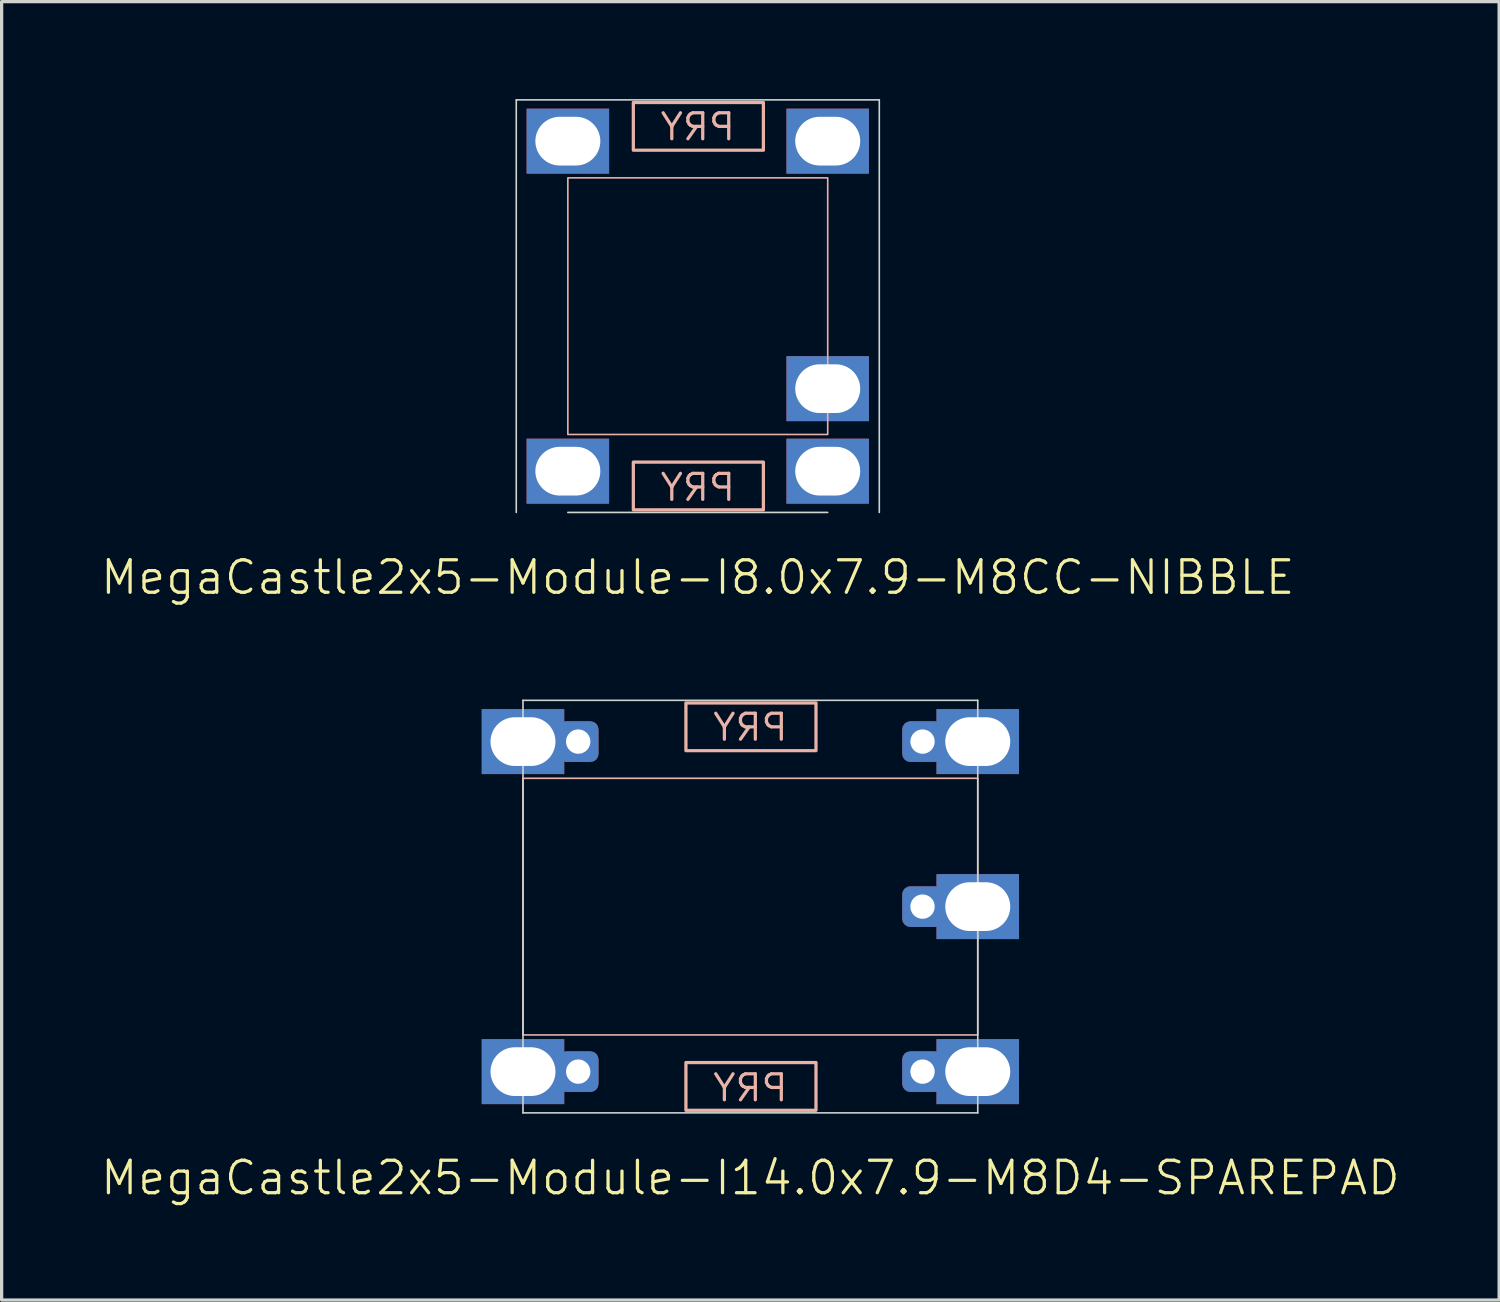
<source format=kicad_pcb>
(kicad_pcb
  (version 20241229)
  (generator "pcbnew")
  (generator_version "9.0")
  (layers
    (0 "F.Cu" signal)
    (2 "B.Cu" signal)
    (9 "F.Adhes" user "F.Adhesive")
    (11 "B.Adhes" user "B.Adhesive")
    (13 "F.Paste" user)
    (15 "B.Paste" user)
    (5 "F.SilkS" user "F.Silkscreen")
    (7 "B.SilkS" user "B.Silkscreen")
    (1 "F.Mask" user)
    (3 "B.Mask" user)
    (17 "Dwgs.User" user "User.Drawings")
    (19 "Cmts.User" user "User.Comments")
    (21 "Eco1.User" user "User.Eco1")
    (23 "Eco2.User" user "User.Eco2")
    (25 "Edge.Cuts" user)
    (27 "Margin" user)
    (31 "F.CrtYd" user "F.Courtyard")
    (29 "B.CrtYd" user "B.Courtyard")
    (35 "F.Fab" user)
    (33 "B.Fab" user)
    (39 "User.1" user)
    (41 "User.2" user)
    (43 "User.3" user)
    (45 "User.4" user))
  (footprint "MegaCastle2x5-Module-I8.0x7.9-M8CC-NIBBLE"
    (layer "F.Cu")
    (at 18.431 6.375)
    (property "Reference" "MegaCastle2x5-Module-I8.0x7.9-M8CC-NIBBLE" (at 0 8.35 0) (unlocked yes) (layer "F.SilkS") (effects (font (size 1 1) (thickness 0.1))))
    (attr smd)
    (fp_rect (start -4 3.95) (end 4 -3.95) (stroke (width 0.05) (type default)) (fill no) (layer "B.SilkS"))
    (fp_rect (start -1.984 -4.801) (end 2.02 -6.27) (stroke (width 0.1) (type default)) (fill no) (layer "B.SilkS"))
    (fp_rect (start -1.984 4.801) (end 2.02 6.27) (stroke (width 0.1) (type default)) (fill no) (layer "B.SilkS"))
    (fp_line (start -5.588 -6.35) (end -5.588 6.35) (stroke (width 0.05) (type default)) (layer "Edge.Cuts"))
    (fp_line (start -5.588 -6.35) (end 5.588 -6.35) (stroke (width 0.05) (type default)) (layer "Edge.Cuts"))
    (fp_line (start -4 6.35) (end 4 6.35) (stroke (width 0.05) (type default)) (layer "Edge.Cuts"))
    (fp_line (start 5.588 -6.35) (end 5.588 6.35) (stroke (width 0.05) (type default)) (layer "Edge.Cuts"))
    (fp_text user "PRY" (at 0 -5.05 0) (unlocked yes) (layer "B.SilkS") (effects (font (size 0.8 0.8) (thickness 0.1)) (justify bottom mirror)))
    (fp_text user "PRY" (at 0 6.05 0) (unlocked yes) (layer "B.SilkS") (effects (font (size 0.8 0.8) (thickness 0.1)) (justify bottom mirror)))
    (pad "1" thru_hole rect (at -4 -5.08) (size 2.54 2) (drill oval 2 1.5) (property pad_prop_castellated) (layers "*.Cu" "*.Mask"))
    (pad "5" thru_hole rect (at -4 5.08) (size 2.54 2) (drill oval 2 1.5) (property pad_prop_castellated) (layers "*.Cu" "*.Mask"))
    (pad "6" thru_hole rect (at 4 -5.08) (size 2.54 2) (drill oval 2 1.5) (property pad_prop_castellated) (layers "*.Cu" "*.Mask"))
    (pad "9" thru_hole rect (at 4 2.54) (size 2.54 2) (drill oval 2 1.5) (property pad_prop_castellated) (layers "*.Cu" "*.Mask"))
    (pad "10" thru_hole rect (at 4 5.08) (size 2.54 2) (drill oval 2 1.5) (property pad_prop_castellated) (layers "*.Cu" "*.Mask"))
    (zone (net_name "") (layer "B.Cu") (hatch edge 0.5) (connect_pads) (min_thickness 0.25) (filled_areas_thickness no) (keepout (tracks allowed) (vias allowed) (pads allowed) (copperpour allowed) (footprints not_allowed)) (placement (enabled no)) (fill) (polygon (pts (xy 14.431 12.725) (xy 14.431 0.025))))
    (zone (net_name "") (layer "B.Cu") (hatch edge 0.5) (connect_pads) (min_thickness 0.25) (filled_areas_thickness no) (keepout (tracks allowed) (vias allowed) (pads allowed) (copperpour allowed) (footprints not_allowed)) (placement (enabled no)) (fill) (polygon (pts (xy 22.431 12.725) (xy 22.431 0.025))))
    (zone (net_name "") (layer "B.Cu") (hatch edge 0.5) (connect_pads) (min_thickness 0.25) (filled_areas_thickness no) (keepout (tracks allowed) (vias allowed) (pads allowed) (copperpour allowed) (footprints not_allowed)) (placement (enabled no)) (fill) (polygon (pts (xy 14.431 0.025) (xy 14.431 2.425) (xy 22.431 2.425) (xy 22.431 0.025))))
    (zone (net_name "") (layer "B.Cu") (hatch edge 0.5) (connect_pads) (min_thickness 0.25) (filled_areas_thickness no) (keepout (tracks allowed) (vias allowed) (pads allowed) (copperpour allowed) (footprints not_allowed)) (placement (enabled no)) (fill) (polygon (pts (xy 14.431 12.725) (xy 14.431 10.325) (xy 22.431 10.325) (xy 22.431 12.725))))
    (zone (net_name "") (layer "B.Cu") (name "Upper Pry Zone") (hatch edge 0.5) (connect_pads) (min_thickness 0.25) (filled_areas_thickness no) (keepout (tracks not_allowed) (vias not_allowed) (pads not_allowed) (copperpour allowed) (footprints not_allowed)) (placement (enabled no)) (fill) (polygon (pts (xy 16.447 1.574) (xy 16.447 0.105) (xy 20.45 0.105) (xy 20.45 1.574))))
    (zone (net_name "") (layer "B.Cu") (name "Upper Pry Zone") (hatch edge 0.5) (connect_pads) (min_thickness 0.25) (filled_areas_thickness no) (keepout (tracks not_allowed) (vias not_allowed) (pads not_allowed) (copperpour allowed) (footprints not_allowed)) (placement (enabled no)) (fill) (polygon (pts (xy 16.447 11.176) (xy 16.447 12.645) (xy 20.45 12.645) (xy 20.45 11.176)))))
  (footprint "MegaCastle2x5-Module-I14.0x7.9-M8D4-SPAREPAD"
    (layer "F.Cu")
    (at 20.05 24.86)
    (property "Reference" "MegaCastle2x5-Module-I14.0x7.9-M8D4-SPAREPAD" (at 0 8.35 0) (unlocked yes) (layer "F.SilkS") (effects (font (size 1 1) (thickness 0.1))))
    (attr smd)
    (fp_rect (start -7 3.95) (end 7 -3.95) (stroke (width 0.05) (type default)) (fill no) (layer "B.SilkS"))
    (fp_rect (start -1.984 -4.801) (end 2.02 -6.27) (stroke (width 0.1) (type default)) (fill no) (layer "B.SilkS"))
    (fp_rect (start -1.984 4.801) (end 2.02 6.27) (stroke (width 0.1) (type default)) (fill no) (layer "B.SilkS"))
    (fp_line (start -7 -6.35) (end -7 6.35) (stroke (width 0.05) (type default)) (layer "Edge.Cuts"))
    (fp_line (start -7 -6.35) (end 7 -6.35) (stroke (width 0.05) (type default)) (layer "Edge.Cuts"))
    (fp_line (start -7 6.35) (end 7 6.35) (stroke (width 0.05) (type default)) (layer "Edge.Cuts"))
    (fp_line (start 7 -6.35) (end 7 6.35) (stroke (width 0.05) (type default)) (layer "Edge.Cuts"))
    (fp_text user "PRY" (at 0 -5.05 0) (unlocked yes) (layer "B.SilkS") (effects (font (size 0.8 0.8) (thickness 0.1)) (justify bottom mirror)))
    (fp_text user "PRY" (at 0 6.05 0) (unlocked yes) (layer "B.SilkS") (effects (font (size 0.8 0.8) (thickness 0.1)) (justify bottom mirror)))
    (pad "1" thru_hole rect (at -7 -5.08) (size 2.54 2) (drill oval 2 1.5) (property pad_prop_castellated) (layers "*.Cu" "*.Mask"))
    (pad "1" thru_hole roundrect (at -5.3 -5.08 180) (size 1.25 1.25) (drill 0.75) (layers "*.Cu" "*.Mask") (roundrect_rratio 0.2))
    (pad "5" thru_hole rect (at -7 5.08) (size 2.54 2) (drill oval 2 1.5) (property pad_prop_castellated) (layers "*.Cu" "*.Mask"))
    (pad "5" thru_hole roundrect (at -5.3 5.08 180) (size 1.25 1.25) (drill 0.75) (layers "*.Cu" "*.Mask") (roundrect_rratio 0.2))
    (pad "6" thru_hole roundrect (at 5.3 -5.08 180) (size 1.25 1.25) (drill 0.75) (layers "*.Cu" "*.Mask") (roundrect_rratio 0.2))
    (pad "6" thru_hole rect (at 7 -5.08) (size 2.54 2) (drill oval 2 1.5) (property pad_prop_castellated) (layers "*.Cu" "*.Mask"))
    (pad "8" thru_hole roundrect (at 5.3 0 180) (size 1.25 1.25) (drill 0.75) (layers "*.Cu" "*.Mask") (roundrect_rratio 0.2))
    (pad "8" thru_hole rect (at 7 0) (size 2.54 2) (drill oval 2 1.5) (property pad_prop_castellated) (layers "*.Cu" "*.Mask"))
    (pad "10" thru_hole roundrect (at 5.3 5.08 180) (size 1.25 1.25) (drill 0.75) (layers "*.Cu" "*.Mask") (roundrect_rratio 0.2))
    (pad "10" thru_hole rect (at 7 5.08) (size 2.54 2) (drill oval 2 1.5) (property pad_prop_castellated) (layers "*.Cu" "*.Mask"))
    (zone (net_name "") (layer "B.Cu") (hatch edge 0.5) (connect_pads) (min_thickness 0.25) (filled_areas_thickness no) (keepout (tracks allowed) (vias allowed) (pads allowed) (copperpour allowed) (footprints not_allowed)) (placement (enabled no)) (fill) (polygon (pts (xy 13.05 31.21) (xy 13.05 18.511))))
    (zone (net_name "") (layer "B.Cu") (hatch edge 0.5) (connect_pads) (min_thickness 0.25) (filled_areas_thickness no) (keepout (tracks allowed) (vias allowed) (pads allowed) (copperpour allowed) (footprints not_allowed)) (placement (enabled no)) (fill) (polygon (pts (xy 27.05 31.21) (xy 27.05 18.511))))
    (zone (net_name "") (layer "B.Cu") (hatch edge 0.5) (connect_pads) (min_thickness 0.25) (filled_areas_thickness no) (keepout (tracks allowed) (vias allowed) (pads allowed) (copperpour allowed) (footprints not_allowed)) (placement (enabled no)) (fill) (polygon (pts (xy 13.05 18.511) (xy 13.05 20.91) (xy 27.05 20.91) (xy 27.05 18.511))))
    (zone (net_name "") (layer "B.Cu") (hatch edge 0.5) (connect_pads) (min_thickness 0.25) (filled_areas_thickness no) (keepout (tracks allowed) (vias allowed) (pads allowed) (copperpour allowed) (footprints not_allowed)) (placement (enabled no)) (fill) (polygon (pts (xy 13.05 31.21) (xy 13.05 28.811) (xy 27.05 28.811) (xy 27.05 31.21))))
    (zone (net_name "") (layer "B.Cu") (name "Upper Pry Zone") (hatch edge 0.5) (connect_pads) (min_thickness 0.25) (filled_areas_thickness no) (keepout (tracks not_allowed) (vias not_allowed) (pads not_allowed) (copperpour allowed) (footprints not_allowed)) (placement (enabled no)) (fill) (polygon (pts (xy 18.066 20.059) (xy 18.066 18.59) (xy 22.07 18.59) (xy 22.07 20.059))))
    (zone (net_name "") (layer "B.Cu") (name "Upper Pry Zone") (hatch edge 0.5) (connect_pads) (min_thickness 0.25) (filled_areas_thickness no) (keepout (tracks not_allowed) (vias not_allowed) (pads not_allowed) (copperpour allowed) (footprints not_allowed)) (placement (enabled no)) (fill) (polygon (pts (xy 18.066 29.662) (xy 18.066 31.131) (xy 22.07 31.131) (xy 22.07 29.662)))))
  (gr_rect
    (start -3 -3)
    (end 43.1 36.971)
    (stroke (width 0.1) (type default))
    (fill no)
    (layer "Edge.Cuts")))
</source>
